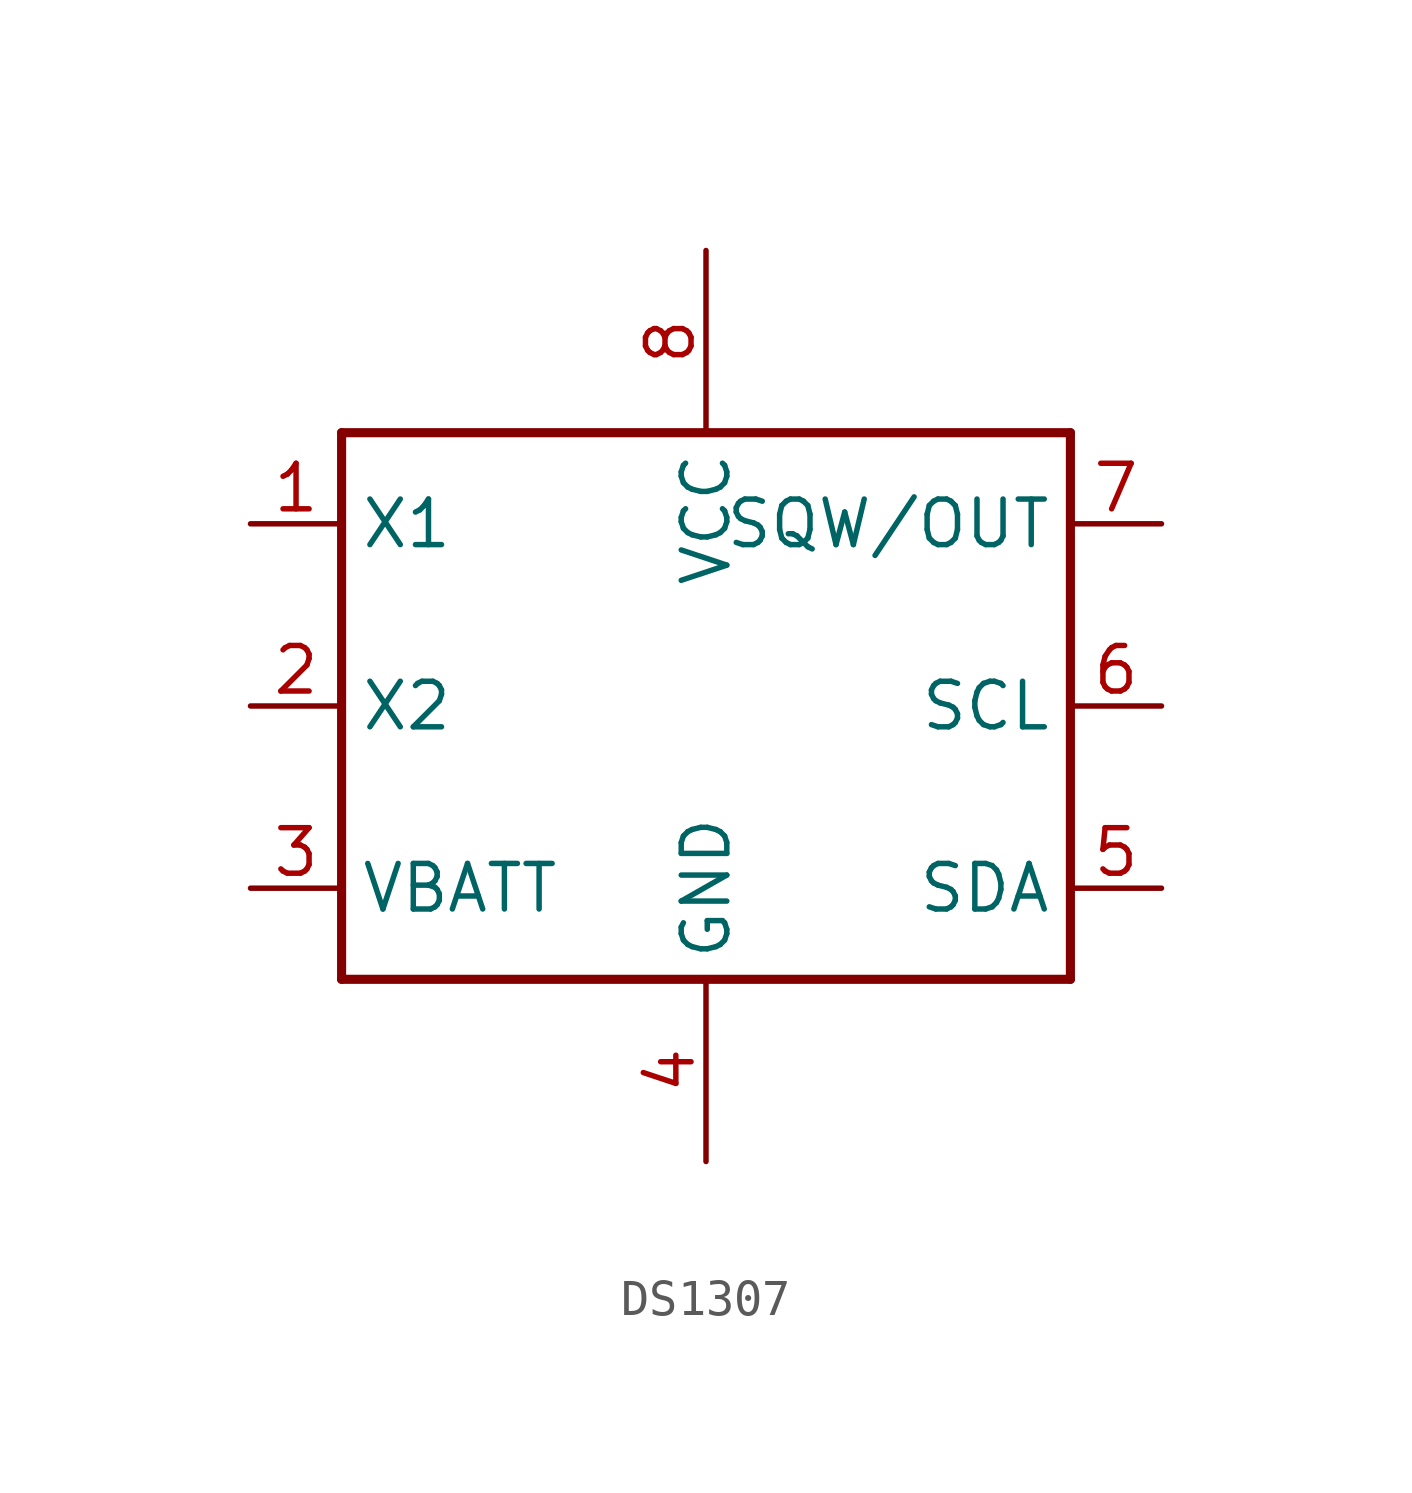
<source format=kicad_sym>
(kicad_symbol_lib
  (version 20220914)
  (generator kicad_symbol_editor)
  (symbol "DS1307"
    (property "Reference" ""
      (at -7.62 8.89 0)
      (effects (font (size 1.778 1.511)) (justify left bottom) hide))
    (property "Value" ""
      (at -7.62 -10.16 0)
      (effects (font (size 1.778 1.511)) (justify left bottom)))
    (property "ki_locked" ""
      (at 0 0 0)
      (effects (font (size 1.27 1.27))))
    (symbol "DS1307_1_0"
      (polyline (pts (xy -7.62 -7.62) (xy -7.62 7.62)) (stroke (width 0.254) (type solid)) (fill (type none)))
      (polyline (pts (xy -7.62 7.62) (xy 12.7 7.62)) (stroke (width 0.254) (type solid)) (fill (type none)))
      (polyline (pts (xy 12.7 -7.62) (xy -7.62 -7.62)) (stroke (width 0.254) (type solid)) (fill (type none)))
      (polyline (pts (xy 12.7 7.62) (xy 12.7 -7.62)) (stroke (width 0.254) (type solid)) (fill (type none)))
      (pin input line (at -10.16 5.08 0) (length 2.54) (name "X1" (effects (font (size 1.27 1.27)))) (number "1" (effects (font (size 1.27 1.27)))))
      (pin input line (at -10.16 0 0) (length 2.54) (name "X2" (effects (font (size 1.27 1.27)))) (number "2" (effects (font (size 1.27 1.27)))))
      (pin power_in line (at -10.16 -5.08 0) (length 2.54) (name "VBATT" (effects (font (size 1.27 1.27)))) (number "3" (effects (font (size 1.27 1.27)))))
      (pin bidirectional line (at 2.54 -12.7 90) (length 5.08) (name "GND" (effects (font (size 1.27 1.27)))) (number "4" (effects (font (size 1.27 1.27)))))
      (pin output line (at 15.24 -5.08 180) (length 2.54) (name "SDA" (effects (font (size 1.27 1.27)))) (number "5" (effects (font (size 1.27 1.27)))))
      (pin output line (at 15.24 0 180) (length 2.54) (name "SCL" (effects (font (size 1.27 1.27)))) (number "6" (effects (font (size 1.27 1.27)))))
      (pin power_in line (at 15.24 5.08 180) (length 2.54) (name "SQW/OUT" (effects (font (size 1.27 1.27)))) (number "7" (effects (font (size 1.27 1.27)))))
      (pin bidirectional line (at 2.54 12.7 270) (length 5.08) (name "VCC" (effects (font (size 1.27 1.27)))) (number "8" (effects (font (size 1.27 1.27))))))))
</source>
